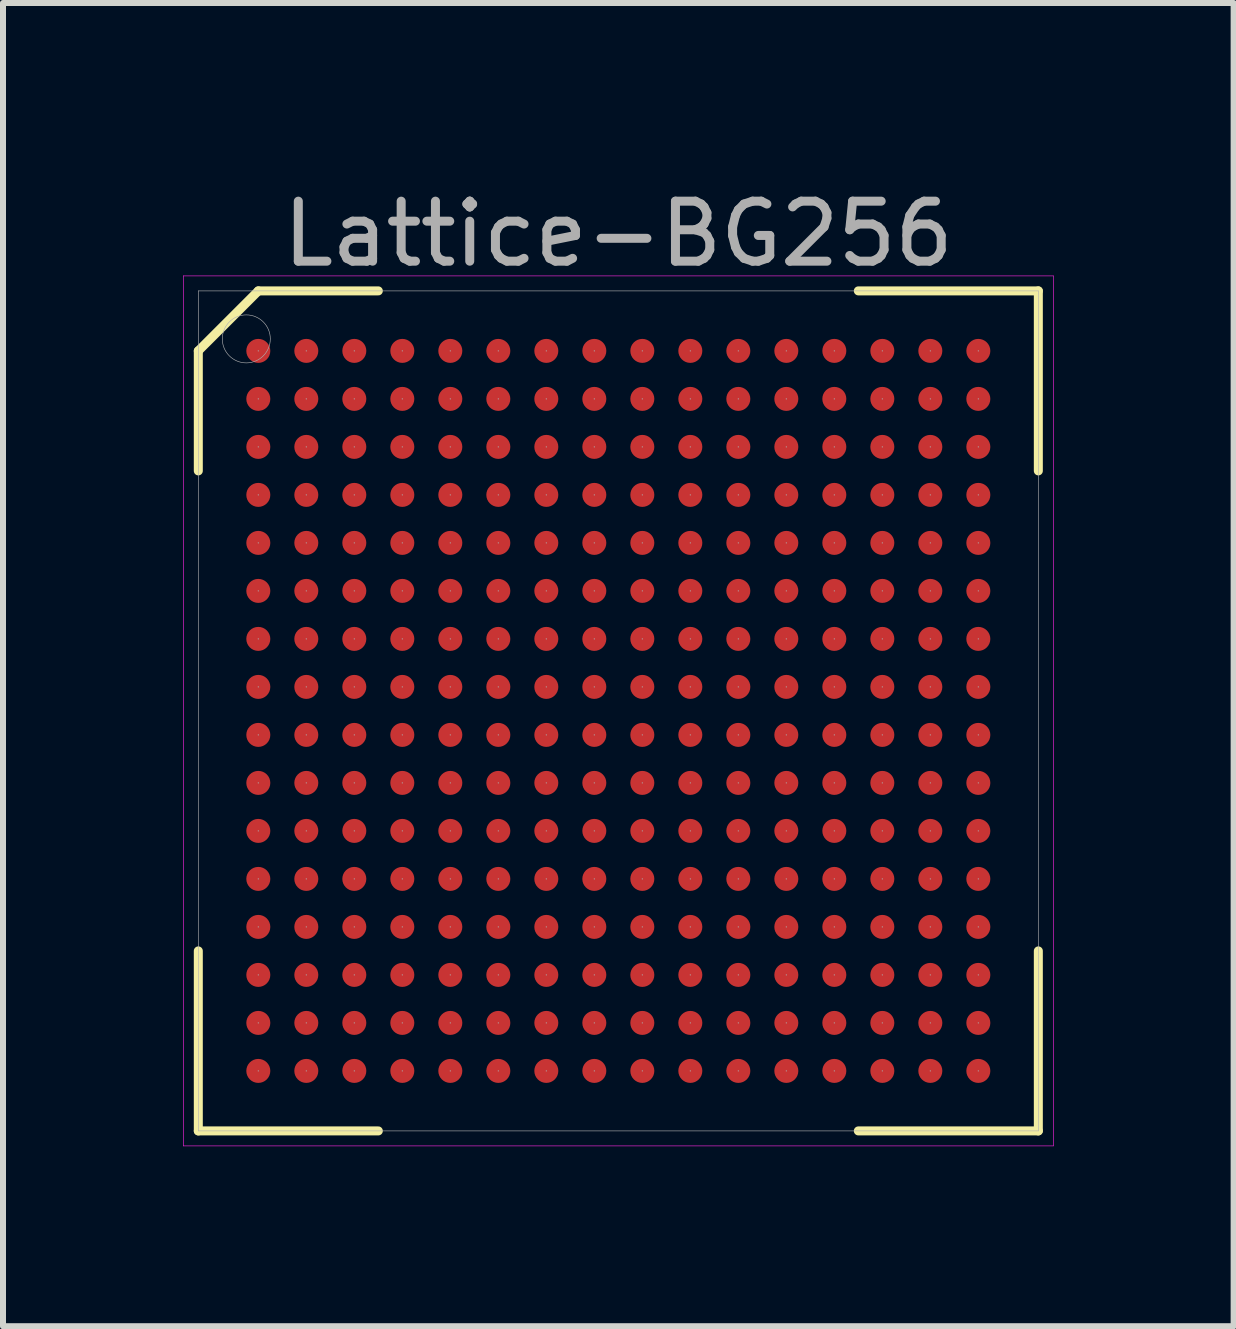
<source format=kicad_pcb>
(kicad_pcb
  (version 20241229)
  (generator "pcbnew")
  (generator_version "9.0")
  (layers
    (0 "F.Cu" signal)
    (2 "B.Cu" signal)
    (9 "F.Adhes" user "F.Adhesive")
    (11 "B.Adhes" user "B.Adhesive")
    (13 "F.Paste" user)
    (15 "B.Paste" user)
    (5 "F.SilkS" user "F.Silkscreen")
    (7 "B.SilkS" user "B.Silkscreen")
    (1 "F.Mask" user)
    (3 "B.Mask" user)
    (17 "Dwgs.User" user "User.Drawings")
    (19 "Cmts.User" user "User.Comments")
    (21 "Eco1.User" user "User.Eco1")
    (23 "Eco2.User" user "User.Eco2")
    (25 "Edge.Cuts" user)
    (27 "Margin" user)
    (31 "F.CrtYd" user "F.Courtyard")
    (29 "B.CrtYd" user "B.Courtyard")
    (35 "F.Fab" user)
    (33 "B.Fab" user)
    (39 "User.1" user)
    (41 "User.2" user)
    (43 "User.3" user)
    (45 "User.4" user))
  (footprint "Lattice-BG256"
    (layer "F.Cu")
    (at 7.255 8.798)
    (property "Reference" "Lattice-BG256" (at 0 -7.95 0) (layer "F.Fab") (effects (font (size 1 1) (thickness 0.15))))
    (attr through_hole)
    (fp_line (start -7 -6) (end -6 -7) (stroke (width 0.15) (type solid)) (layer "F.SilkS"))
    (fp_line (start -7 -4) (end -7 -6) (stroke (width 0.15) (type solid)) (layer "F.SilkS"))
    (fp_line (start -7 7) (end -7 4) (stroke (width 0.15) (type solid)) (layer "F.SilkS"))
    (fp_line (start -4 -7) (end -6 -7) (stroke (width 0.15) (type solid)) (layer "F.SilkS"))
    (fp_line (start -4 7) (end -7 7) (stroke (width 0.15) (type solid)) (layer "F.SilkS"))
    (fp_line (start 4 -7) (end 7 -7) (stroke (width 0.15) (type solid)) (layer "F.SilkS"))
    (fp_line (start 4 7) (end 7 7) (stroke (width 0.15) (type solid)) (layer "F.SilkS"))
    (fp_line (start 7 -7) (end 7 -4) (stroke (width 0.15) (type solid)) (layer "F.SilkS"))
    (fp_line (start 7 7) (end 7 4) (stroke (width 0.15) (type solid)) (layer "F.SilkS"))
    (fp_line (start -7.25 -7.25) (end 7.25 -7.25) (stroke (width 0.01) (type solid)) (layer "F.CrtYd"))
    (fp_line (start -7.25 7.25) (end -7.25 -7.25) (stroke (width 0.01) (type solid)) (layer "F.CrtYd"))
    (fp_line (start 7.25 -7.25) (end 7.25 7.25) (stroke (width 0.01) (type solid)) (layer "F.CrtYd"))
    (fp_line (start 7.25 7.25) (end -7.25 7.25) (stroke (width 0.01) (type solid)) (layer "F.CrtYd"))
    (fp_line (start -7 -7) (end 7 -7) (stroke (width 0.01) (type solid)) (layer "F.Fab"))
    (fp_line (start -7 7) (end -7 -7) (stroke (width 0.01) (type solid)) (layer "F.Fab"))
    (fp_line (start 7 -7) (end 7 7) (stroke (width 0.01) (type solid)) (layer "F.Fab"))
    (fp_line (start 7 7) (end -7 7) (stroke (width 0.01) (type solid)) (layer "F.Fab"))
    (fp_circle (center -6.2 -6.2) (end -6.2 -5.8) (stroke (width 0.01) (type solid)) (fill no) (layer "F.Fab"))
    (fp_circle (center -6 -6) (end -6 -6) (stroke (width 0.01) (type solid)) (fill no) (layer "F.Fab"))
    (fp_circle (center -6 -5.2) (end -6 -5.2) (stroke (width 0.01) (type solid)) (fill no) (layer "F.Fab"))
    (fp_circle (center -6 -4.4) (end -6 -4.4) (stroke (width 0.01) (type solid)) (fill no) (layer "F.Fab"))
    (fp_circle (center -6 -3.6) (end -6 -3.6) (stroke (width 0.01) (type solid)) (fill no) (layer "F.Fab"))
    (fp_circle (center -6 -2.8) (end -6 -2.8) (stroke (width 0.01) (type solid)) (fill no) (layer "F.Fab"))
    (fp_circle (center -6 -2) (end -6 -2) (stroke (width 0.01) (type solid)) (fill no) (layer "F.Fab"))
    (fp_circle (center -6 -1.2) (end -6 -1.2) (stroke (width 0.01) (type solid)) (fill no) (layer "F.Fab"))
    (fp_circle (center -6 -0.4) (end -6 -0.4) (stroke (width 0.01) (type solid)) (fill no) (layer "F.Fab"))
    (fp_circle (center -6 0.4) (end -6 0.4) (stroke (width 0.01) (type solid)) (fill no) (layer "F.Fab"))
    (fp_circle (center -6 1.2) (end -6 1.2) (stroke (width 0.01) (type solid)) (fill no) (layer "F.Fab"))
    (fp_circle (center -6 2) (end -6 2) (stroke (width 0.01) (type solid)) (fill no) (layer "F.Fab"))
    (fp_circle (center -6 2.8) (end -6 2.8) (stroke (width 0.01) (type solid)) (fill no) (layer "F.Fab"))
    (fp_circle (center -6 3.6) (end -6 3.6) (stroke (width 0.01) (type solid)) (fill no) (layer "F.Fab"))
    (fp_circle (center -6 4.4) (end -6 4.4) (stroke (width 0.01) (type solid)) (fill no) (layer "F.Fab"))
    (fp_circle (center -6 5.2) (end -6 5.2) (stroke (width 0.01) (type solid)) (fill no) (layer "F.Fab"))
    (fp_circle (center -6 6) (end -6 6) (stroke (width 0.01) (type solid)) (fill no) (layer "F.Fab"))
    (fp_circle (center -5.2 -6) (end -5.2 -6) (stroke (width 0.01) (type solid)) (fill no) (layer "F.Fab"))
    (fp_circle (center -5.2 -5.2) (end -5.2 -5.2) (stroke (width 0.01) (type solid)) (fill no) (layer "F.Fab"))
    (fp_circle (center -5.2 -4.4) (end -5.2 -4.4) (stroke (width 0.01) (type solid)) (fill no) (layer "F.Fab"))
    (fp_circle (center -5.2 -3.6) (end -5.2 -3.6) (stroke (width 0.01) (type solid)) (fill no) (layer "F.Fab"))
    (fp_circle (center -5.2 -2.8) (end -5.2 -2.8) (stroke (width 0.01) (type solid)) (fill no) (layer "F.Fab"))
    (fp_circle (center -5.2 -2) (end -5.2 -2) (stroke (width 0.01) (type solid)) (fill no) (layer "F.Fab"))
    (fp_circle (center -5.2 -1.2) (end -5.2 -1.2) (stroke (width 0.01) (type solid)) (fill no) (layer "F.Fab"))
    (fp_circle (center -5.2 -0.4) (end -5.2 -0.4) (stroke (width 0.01) (type solid)) (fill no) (layer "F.Fab"))
    (fp_circle (center -5.2 0.4) (end -5.2 0.4) (stroke (width 0.01) (type solid)) (fill no) (layer "F.Fab"))
    (fp_circle (center -5.2 1.2) (end -5.2 1.2) (stroke (width 0.01) (type solid)) (fill no) (layer "F.Fab"))
    (fp_circle (center -5.2 2) (end -5.2 2) (stroke (width 0.01) (type solid)) (fill no) (layer "F.Fab"))
    (fp_circle (center -5.2 2.8) (end -5.2 2.8) (stroke (width 0.01) (type solid)) (fill no) (layer "F.Fab"))
    (fp_circle (center -5.2 3.6) (end -5.2 3.6) (stroke (width 0.01) (type solid)) (fill no) (layer "F.Fab"))
    (fp_circle (center -5.2 4.4) (end -5.2 4.4) (stroke (width 0.01) (type solid)) (fill no) (layer "F.Fab"))
    (fp_circle (center -5.2 5.2) (end -5.2 5.2) (stroke (width 0.01) (type solid)) (fill no) (layer "F.Fab"))
    (fp_circle (center -5.2 6) (end -5.2 6) (stroke (width 0.01) (type solid)) (fill no) (layer "F.Fab"))
    (fp_circle (center -4.4 -6) (end -4.4 -6) (stroke (width 0.01) (type solid)) (fill no) (layer "F.Fab"))
    (fp_circle (center -4.4 -5.2) (end -4.4 -5.2) (stroke (width 0.01) (type solid)) (fill no) (layer "F.Fab"))
    (fp_circle (center -4.4 -4.4) (end -4.4 -4.4) (stroke (width 0.01) (type solid)) (fill no) (layer "F.Fab"))
    (fp_circle (center -4.4 -3.6) (end -4.4 -3.6) (stroke (width 0.01) (type solid)) (fill no) (layer "F.Fab"))
    (fp_circle (center -4.4 -2.8) (end -4.4 -2.8) (stroke (width 0.01) (type solid)) (fill no) (layer "F.Fab"))
    (fp_circle (center -4.4 -2) (end -4.4 -2) (stroke (width 0.01) (type solid)) (fill no) (layer "F.Fab"))
    (fp_circle (center -4.4 -1.2) (end -4.4 -1.2) (stroke (width 0.01) (type solid)) (fill no) (layer "F.Fab"))
    (fp_circle (center -4.4 -0.4) (end -4.4 -0.4) (stroke (width 0.01) (type solid)) (fill no) (layer "F.Fab"))
    (fp_circle (center -4.4 0.4) (end -4.4 0.4) (stroke (width 0.01) (type solid)) (fill no) (layer "F.Fab"))
    (fp_circle (center -4.4 1.2) (end -4.4 1.2) (stroke (width 0.01) (type solid)) (fill no) (layer "F.Fab"))
    (fp_circle (center -4.4 2) (end -4.4 2) (stroke (width 0.01) (type solid)) (fill no) (layer "F.Fab"))
    (fp_circle (center -4.4 2.8) (end -4.4 2.8) (stroke (width 0.01) (type solid)) (fill no) (layer "F.Fab"))
    (fp_circle (center -4.4 3.6) (end -4.4 3.6) (stroke (width 0.01) (type solid)) (fill no) (layer "F.Fab"))
    (fp_circle (center -4.4 4.4) (end -4.4 4.4) (stroke (width 0.01) (type solid)) (fill no) (layer "F.Fab"))
    (fp_circle (center -4.4 5.2) (end -4.4 5.2) (stroke (width 0.01) (type solid)) (fill no) (layer "F.Fab"))
    (fp_circle (center -4.4 6) (end -4.4 6) (stroke (width 0.01) (type solid)) (fill no) (layer "F.Fab"))
    (fp_circle (center -3.6 -6) (end -3.6 -6) (stroke (width 0.01) (type solid)) (fill no) (layer "F.Fab"))
    (fp_circle (center -3.6 -5.2) (end -3.6 -5.2) (stroke (width 0.01) (type solid)) (fill no) (layer "F.Fab"))
    (fp_circle (center -3.6 -4.4) (end -3.6 -4.4) (stroke (width 0.01) (type solid)) (fill no) (layer "F.Fab"))
    (fp_circle (center -3.6 -3.6) (end -3.6 -3.6) (stroke (width 0.01) (type solid)) (fill no) (layer "F.Fab"))
    (fp_circle (center -3.6 -2.8) (end -3.6 -2.8) (stroke (width 0.01) (type solid)) (fill no) (layer "F.Fab"))
    (fp_circle (center -3.6 -2) (end -3.6 -2) (stroke (width 0.01) (type solid)) (fill no) (layer "F.Fab"))
    (fp_circle (center -3.6 -1.2) (end -3.6 -1.2) (stroke (width 0.01) (type solid)) (fill no) (layer "F.Fab"))
    (fp_circle (center -3.6 -0.4) (end -3.6 -0.4) (stroke (width 0.01) (type solid)) (fill no) (layer "F.Fab"))
    (fp_circle (center -3.6 0.4) (end -3.6 0.4) (stroke (width 0.01) (type solid)) (fill no) (layer "F.Fab"))
    (fp_circle (center -3.6 1.2) (end -3.6 1.2) (stroke (width 0.01) (type solid)) (fill no) (layer "F.Fab"))
    (fp_circle (center -3.6 2) (end -3.6 2) (stroke (width 0.01) (type solid)) (fill no) (layer "F.Fab"))
    (fp_circle (center -3.6 2.8) (end -3.6 2.8) (stroke (width 0.01) (type solid)) (fill no) (layer "F.Fab"))
    (fp_circle (center -3.6 3.6) (end -3.6 3.6) (stroke (width 0.01) (type solid)) (fill no) (layer "F.Fab"))
    (fp_circle (center -3.6 4.4) (end -3.6 4.4) (stroke (width 0.01) (type solid)) (fill no) (layer "F.Fab"))
    (fp_circle (center -3.6 5.2) (end -3.6 5.2) (stroke (width 0.01) (type solid)) (fill no) (layer "F.Fab"))
    (fp_circle (center -3.6 6) (end -3.6 6) (stroke (width 0.01) (type solid)) (fill no) (layer "F.Fab"))
    (fp_circle (center -2.8 -6) (end -2.8 -6) (stroke (width 0.01) (type solid)) (fill no) (layer "F.Fab"))
    (fp_circle (center -2.8 -5.2) (end -2.8 -5.2) (stroke (width 0.01) (type solid)) (fill no) (layer "F.Fab"))
    (fp_circle (center -2.8 -4.4) (end -2.8 -4.4) (stroke (width 0.01) (type solid)) (fill no) (layer "F.Fab"))
    (fp_circle (center -2.8 -3.6) (end -2.8 -3.6) (stroke (width 0.01) (type solid)) (fill no) (layer "F.Fab"))
    (fp_circle (center -2.8 -2.8) (end -2.8 -2.8) (stroke (width 0.01) (type solid)) (fill no) (layer "F.Fab"))
    (fp_circle (center -2.8 -2) (end -2.8 -2) (stroke (width 0.01) (type solid)) (fill no) (layer "F.Fab"))
    (fp_circle (center -2.8 -1.2) (end -2.8 -1.2) (stroke (width 0.01) (type solid)) (fill no) (layer "F.Fab"))
    (fp_circle (center -2.8 -0.4) (end -2.8 -0.4) (stroke (width 0.01) (type solid)) (fill no) (layer "F.Fab"))
    (fp_circle (center -2.8 0.4) (end -2.8 0.4) (stroke (width 0.01) (type solid)) (fill no) (layer "F.Fab"))
    (fp_circle (center -2.8 1.2) (end -2.8 1.2) (stroke (width 0.01) (type solid)) (fill no) (layer "F.Fab"))
    (fp_circle (center -2.8 2) (end -2.8 2) (stroke (width 0.01) (type solid)) (fill no) (layer "F.Fab"))
    (fp_circle (center -2.8 2.8) (end -2.8 2.8) (stroke (width 0.01) (type solid)) (fill no) (layer "F.Fab"))
    (fp_circle (center -2.8 3.6) (end -2.8 3.6) (stroke (width 0.01) (type solid)) (fill no) (layer "F.Fab"))
    (fp_circle (center -2.8 4.4) (end -2.8 4.4) (stroke (width 0.01) (type solid)) (fill no) (layer "F.Fab"))
    (fp_circle (center -2.8 5.2) (end -2.8 5.2) (stroke (width 0.01) (type solid)) (fill no) (layer "F.Fab"))
    (fp_circle (center -2.8 6) (end -2.8 6) (stroke (width 0.01) (type solid)) (fill no) (layer "F.Fab"))
    (fp_circle (center -2 -6) (end -2 -6) (stroke (width 0.01) (type solid)) (fill no) (layer "F.Fab"))
    (fp_circle (center -2 -5.2) (end -2 -5.2) (stroke (width 0.01) (type solid)) (fill no) (layer "F.Fab"))
    (fp_circle (center -2 -4.4) (end -2 -4.4) (stroke (width 0.01) (type solid)) (fill no) (layer "F.Fab"))
    (fp_circle (center -2 -3.6) (end -2 -3.6) (stroke (width 0.01) (type solid)) (fill no) (layer "F.Fab"))
    (fp_circle (center -2 -2.8) (end -2 -2.8) (stroke (width 0.01) (type solid)) (fill no) (layer "F.Fab"))
    (fp_circle (center -2 -2) (end -2 -2) (stroke (width 0.01) (type solid)) (fill no) (layer "F.Fab"))
    (fp_circle (center -2 -1.2) (end -2 -1.2) (stroke (width 0.01) (type solid)) (fill no) (layer "F.Fab"))
    (fp_circle (center -2 -0.4) (end -2 -0.4) (stroke (width 0.01) (type solid)) (fill no) (layer "F.Fab"))
    (fp_circle (center -2 0.4) (end -2 0.4) (stroke (width 0.01) (type solid)) (fill no) (layer "F.Fab"))
    (fp_circle (center -2 1.2) (end -2 1.2) (stroke (width 0.01) (type solid)) (fill no) (layer "F.Fab"))
    (fp_circle (center -2 2) (end -2 2) (stroke (width 0.01) (type solid)) (fill no) (layer "F.Fab"))
    (fp_circle (center -2 2.8) (end -2 2.8) (stroke (width 0.01) (type solid)) (fill no) (layer "F.Fab"))
    (fp_circle (center -2 3.6) (end -2 3.6) (stroke (width 0.01) (type solid)) (fill no) (layer "F.Fab"))
    (fp_circle (center -2 4.4) (end -2 4.4) (stroke (width 0.01) (type solid)) (fill no) (layer "F.Fab"))
    (fp_circle (center -2 5.2) (end -2 5.2) (stroke (width 0.01) (type solid)) (fill no) (layer "F.Fab"))
    (fp_circle (center -2 6) (end -2 6) (stroke (width 0.01) (type solid)) (fill no) (layer "F.Fab"))
    (fp_circle (center -1.2 -6) (end -1.2 -6) (stroke (width 0.01) (type solid)) (fill no) (layer "F.Fab"))
    (fp_circle (center -1.2 -5.2) (end -1.2 -5.2) (stroke (width 0.01) (type solid)) (fill no) (layer "F.Fab"))
    (fp_circle (center -1.2 -4.4) (end -1.2 -4.4) (stroke (width 0.01) (type solid)) (fill no) (layer "F.Fab"))
    (fp_circle (center -1.2 -3.6) (end -1.2 -3.6) (stroke (width 0.01) (type solid)) (fill no) (layer "F.Fab"))
    (fp_circle (center -1.2 -2.8) (end -1.2 -2.8) (stroke (width 0.01) (type solid)) (fill no) (layer "F.Fab"))
    (fp_circle (center -1.2 -2) (end -1.2 -2) (stroke (width 0.01) (type solid)) (fill no) (layer "F.Fab"))
    (fp_circle (center -1.2 -1.2) (end -1.2 -1.2) (stroke (width 0.01) (type solid)) (fill no) (layer "F.Fab"))
    (fp_circle (center -1.2 -0.4) (end -1.2 -0.4) (stroke (width 0.01) (type solid)) (fill no) (layer "F.Fab"))
    (fp_circle (center -1.2 0.4) (end -1.2 0.4) (stroke (width 0.01) (type solid)) (fill no) (layer "F.Fab"))
    (fp_circle (center -1.2 1.2) (end -1.2 1.2) (stroke (width 0.01) (type solid)) (fill no) (layer "F.Fab"))
    (fp_circle (center -1.2 2) (end -1.2 2) (stroke (width 0.01) (type solid)) (fill no) (layer "F.Fab"))
    (fp_circle (center -1.2 2.8) (end -1.2 2.8) (stroke (width 0.01) (type solid)) (fill no) (layer "F.Fab"))
    (fp_circle (center -1.2 3.6) (end -1.2 3.6) (stroke (width 0.01) (type solid)) (fill no) (layer "F.Fab"))
    (fp_circle (center -1.2 4.4) (end -1.2 4.4) (stroke (width 0.01) (type solid)) (fill no) (layer "F.Fab"))
    (fp_circle (center -1.2 5.2) (end -1.2 5.2) (stroke (width 0.01) (type solid)) (fill no) (layer "F.Fab"))
    (fp_circle (center -1.2 6) (end -1.2 6) (stroke (width 0.01) (type solid)) (fill no) (layer "F.Fab"))
    (fp_circle (center -0.4 -6) (end -0.4 -6) (stroke (width 0.01) (type solid)) (fill no) (layer "F.Fab"))
    (fp_circle (center -0.4 -5.2) (end -0.4 -5.2) (stroke (width 0.01) (type solid)) (fill no) (layer "F.Fab"))
    (fp_circle (center -0.4 -4.4) (end -0.4 -4.4) (stroke (width 0.01) (type solid)) (fill no) (layer "F.Fab"))
    (fp_circle (center -0.4 -3.6) (end -0.4 -3.6) (stroke (width 0.01) (type solid)) (fill no) (layer "F.Fab"))
    (fp_circle (center -0.4 -2.8) (end -0.4 -2.8) (stroke (width 0.01) (type solid)) (fill no) (layer "F.Fab"))
    (fp_circle (center -0.4 -2) (end -0.4 -2) (stroke (width 0.01) (type solid)) (fill no) (layer "F.Fab"))
    (fp_circle (center -0.4 -1.2) (end -0.4 -1.2) (stroke (width 0.01) (type solid)) (fill no) (layer "F.Fab"))
    (fp_circle (center -0.4 -0.4) (end -0.4 -0.4) (stroke (width 0.01) (type solid)) (fill no) (layer "F.Fab"))
    (fp_circle (center -0.4 0.4) (end -0.4 0.4) (stroke (width 0.01) (type solid)) (fill no) (layer "F.Fab"))
    (fp_circle (center -0.4 1.2) (end -0.4 1.2) (stroke (width 0.01) (type solid)) (fill no) (layer "F.Fab"))
    (fp_circle (center -0.4 2) (end -0.4 2) (stroke (width 0.01) (type solid)) (fill no) (layer "F.Fab"))
    (fp_circle (center -0.4 2.8) (end -0.4 2.8) (stroke (width 0.01) (type solid)) (fill no) (layer "F.Fab"))
    (fp_circle (center -0.4 3.6) (end -0.4 3.6) (stroke (width 0.01) (type solid)) (fill no) (layer "F.Fab"))
    (fp_circle (center -0.4 4.4) (end -0.4 4.4) (stroke (width 0.01) (type solid)) (fill no) (layer "F.Fab"))
    (fp_circle (center -0.4 5.2) (end -0.4 5.2) (stroke (width 0.01) (type solid)) (fill no) (layer "F.Fab"))
    (fp_circle (center -0.4 6) (end -0.4 6) (stroke (width 0.01) (type solid)) (fill no) (layer "F.Fab"))
    (fp_circle (center 0.4 -6) (end 0.4 -6) (stroke (width 0.01) (type solid)) (fill no) (layer "F.Fab"))
    (fp_circle (center 0.4 -5.2) (end 0.4 -5.2) (stroke (width 0.01) (type solid)) (fill no) (layer "F.Fab"))
    (fp_circle (center 0.4 -4.4) (end 0.4 -4.4) (stroke (width 0.01) (type solid)) (fill no) (layer "F.Fab"))
    (fp_circle (center 0.4 -3.6) (end 0.4 -3.6) (stroke (width 0.01) (type solid)) (fill no) (layer "F.Fab"))
    (fp_circle (center 0.4 -2.8) (end 0.4 -2.8) (stroke (width 0.01) (type solid)) (fill no) (layer "F.Fab"))
    (fp_circle (center 0.4 -2) (end 0.4 -2) (stroke (width 0.01) (type solid)) (fill no) (layer "F.Fab"))
    (fp_circle (center 0.4 -1.2) (end 0.4 -1.2) (stroke (width 0.01) (type solid)) (fill no) (layer "F.Fab"))
    (fp_circle (center 0.4 -0.4) (end 0.4 -0.4) (stroke (width 0.01) (type solid)) (fill no) (layer "F.Fab"))
    (fp_circle (center 0.4 0.4) (end 0.4 0.4) (stroke (width 0.01) (type solid)) (fill no) (layer "F.Fab"))
    (fp_circle (center 0.4 1.2) (end 0.4 1.2) (stroke (width 0.01) (type solid)) (fill no) (layer "F.Fab"))
    (fp_circle (center 0.4 2) (end 0.4 2) (stroke (width 0.01) (type solid)) (fill no) (layer "F.Fab"))
    (fp_circle (center 0.4 2.8) (end 0.4 2.8) (stroke (width 0.01) (type solid)) (fill no) (layer "F.Fab"))
    (fp_circle (center 0.4 3.6) (end 0.4 3.6) (stroke (width 0.01) (type solid)) (fill no) (layer "F.Fab"))
    (fp_circle (center 0.4 4.4) (end 0.4 4.4) (stroke (width 0.01) (type solid)) (fill no) (layer "F.Fab"))
    (fp_circle (center 0.4 5.2) (end 0.4 5.2) (stroke (width 0.01) (type solid)) (fill no) (layer "F.Fab"))
    (fp_circle (center 0.4 6) (end 0.4 6) (stroke (width 0.01) (type solid)) (fill no) (layer "F.Fab"))
    (fp_circle (center 1.2 -6) (end 1.2 -6) (stroke (width 0.01) (type solid)) (fill no) (layer "F.Fab"))
    (fp_circle (center 1.2 -5.2) (end 1.2 -5.2) (stroke (width 0.01) (type solid)) (fill no) (layer "F.Fab"))
    (fp_circle (center 1.2 -4.4) (end 1.2 -4.4) (stroke (width 0.01) (type solid)) (fill no) (layer "F.Fab"))
    (fp_circle (center 1.2 -3.6) (end 1.2 -3.6) (stroke (width 0.01) (type solid)) (fill no) (layer "F.Fab"))
    (fp_circle (center 1.2 -2.8) (end 1.2 -2.8) (stroke (width 0.01) (type solid)) (fill no) (layer "F.Fab"))
    (fp_circle (center 1.2 -2) (end 1.2 -2) (stroke (width 0.01) (type solid)) (fill no) (layer "F.Fab"))
    (fp_circle (center 1.2 -1.2) (end 1.2 -1.2) (stroke (width 0.01) (type solid)) (fill no) (layer "F.Fab"))
    (fp_circle (center 1.2 -0.4) (end 1.2 -0.4) (stroke (width 0.01) (type solid)) (fill no) (layer "F.Fab"))
    (fp_circle (center 1.2 0.4) (end 1.2 0.4) (stroke (width 0.01) (type solid)) (fill no) (layer "F.Fab"))
    (fp_circle (center 1.2 1.2) (end 1.2 1.2) (stroke (width 0.01) (type solid)) (fill no) (layer "F.Fab"))
    (fp_circle (center 1.2 2) (end 1.2 2) (stroke (width 0.01) (type solid)) (fill no) (layer "F.Fab"))
    (fp_circle (center 1.2 2.8) (end 1.2 2.8) (stroke (width 0.01) (type solid)) (fill no) (layer "F.Fab"))
    (fp_circle (center 1.2 3.6) (end 1.2 3.6) (stroke (width 0.01) (type solid)) (fill no) (layer "F.Fab"))
    (fp_circle (center 1.2 4.4) (end 1.2 4.4) (stroke (width 0.01) (type solid)) (fill no) (layer "F.Fab"))
    (fp_circle (center 1.2 5.2) (end 1.2 5.2) (stroke (width 0.01) (type solid)) (fill no) (layer "F.Fab"))
    (fp_circle (center 1.2 6) (end 1.2 6) (stroke (width 0.01) (type solid)) (fill no) (layer "F.Fab"))
    (fp_circle (center 2 -6) (end 2 -6) (stroke (width 0.01) (type solid)) (fill no) (layer "F.Fab"))
    (fp_circle (center 2 -5.2) (end 2 -5.2) (stroke (width 0.01) (type solid)) (fill no) (layer "F.Fab"))
    (fp_circle (center 2 -4.4) (end 2 -4.4) (stroke (width 0.01) (type solid)) (fill no) (layer "F.Fab"))
    (fp_circle (center 2 -3.6) (end 2 -3.6) (stroke (width 0.01) (type solid)) (fill no) (layer "F.Fab"))
    (fp_circle (center 2 -2.8) (end 2 -2.8) (stroke (width 0.01) (type solid)) (fill no) (layer "F.Fab"))
    (fp_circle (center 2 -2) (end 2 -2) (stroke (width 0.01) (type solid)) (fill no) (layer "F.Fab"))
    (fp_circle (center 2 -1.2) (end 2 -1.2) (stroke (width 0.01) (type solid)) (fill no) (layer "F.Fab"))
    (fp_circle (center 2 -0.4) (end 2 -0.4) (stroke (width 0.01) (type solid)) (fill no) (layer "F.Fab"))
    (fp_circle (center 2 0.4) (end 2 0.4) (stroke (width 0.01) (type solid)) (fill no) (layer "F.Fab"))
    (fp_circle (center 2 1.2) (end 2 1.2) (stroke (width 0.01) (type solid)) (fill no) (layer "F.Fab"))
    (fp_circle (center 2 2) (end 2 2) (stroke (width 0.01) (type solid)) (fill no) (layer "F.Fab"))
    (fp_circle (center 2 2.8) (end 2 2.8) (stroke (width 0.01) (type solid)) (fill no) (layer "F.Fab"))
    (fp_circle (center 2 3.6) (end 2 3.6) (stroke (width 0.01) (type solid)) (fill no) (layer "F.Fab"))
    (fp_circle (center 2 4.4) (end 2 4.4) (stroke (width 0.01) (type solid)) (fill no) (layer "F.Fab"))
    (fp_circle (center 2 5.2) (end 2 5.2) (stroke (width 0.01) (type solid)) (fill no) (layer "F.Fab"))
    (fp_circle (center 2 6) (end 2 6) (stroke (width 0.01) (type solid)) (fill no) (layer "F.Fab"))
    (fp_circle (center 2.8 -6) (end 2.8 -6) (stroke (width 0.01) (type solid)) (fill no) (layer "F.Fab"))
    (fp_circle (center 2.8 -5.2) (end 2.8 -5.2) (stroke (width 0.01) (type solid)) (fill no) (layer "F.Fab"))
    (fp_circle (center 2.8 -4.4) (end 2.8 -4.4) (stroke (width 0.01) (type solid)) (fill no) (layer "F.Fab"))
    (fp_circle (center 2.8 -3.6) (end 2.8 -3.6) (stroke (width 0.01) (type solid)) (fill no) (layer "F.Fab"))
    (fp_circle (center 2.8 -2.8) (end 2.8 -2.8) (stroke (width 0.01) (type solid)) (fill no) (layer "F.Fab"))
    (fp_circle (center 2.8 -2) (end 2.8 -2) (stroke (width 0.01) (type solid)) (fill no) (layer "F.Fab"))
    (fp_circle (center 2.8 -1.2) (end 2.8 -1.2) (stroke (width 0.01) (type solid)) (fill no) (layer "F.Fab"))
    (fp_circle (center 2.8 -0.4) (end 2.8 -0.4) (stroke (width 0.01) (type solid)) (fill no) (layer "F.Fab"))
    (fp_circle (center 2.8 0.4) (end 2.8 0.4) (stroke (width 0.01) (type solid)) (fill no) (layer "F.Fab"))
    (fp_circle (center 2.8 1.2) (end 2.8 1.2) (stroke (width 0.01) (type solid)) (fill no) (layer "F.Fab"))
    (fp_circle (center 2.8 2) (end 2.8 2) (stroke (width 0.01) (type solid)) (fill no) (layer "F.Fab"))
    (fp_circle (center 2.8 2.8) (end 2.8 2.8) (stroke (width 0.01) (type solid)) (fill no) (layer "F.Fab"))
    (fp_circle (center 2.8 3.6) (end 2.8 3.6) (stroke (width 0.01) (type solid)) (fill no) (layer "F.Fab"))
    (fp_circle (center 2.8 4.4) (end 2.8 4.4) (stroke (width 0.01) (type solid)) (fill no) (layer "F.Fab"))
    (fp_circle (center 2.8 5.2) (end 2.8 5.2) (stroke (width 0.01) (type solid)) (fill no) (layer "F.Fab"))
    (fp_circle (center 2.8 6) (end 2.8 6) (stroke (width 0.01) (type solid)) (fill no) (layer "F.Fab"))
    (fp_circle (center 3.6 -6) (end 3.6 -6) (stroke (width 0.01) (type solid)) (fill no) (layer "F.Fab"))
    (fp_circle (center 3.6 -5.2) (end 3.6 -5.2) (stroke (width 0.01) (type solid)) (fill no) (layer "F.Fab"))
    (fp_circle (center 3.6 -4.4) (end 3.6 -4.4) (stroke (width 0.01) (type solid)) (fill no) (layer "F.Fab"))
    (fp_circle (center 3.6 -3.6) (end 3.6 -3.6) (stroke (width 0.01) (type solid)) (fill no) (layer "F.Fab"))
    (fp_circle (center 3.6 -2.8) (end 3.6 -2.8) (stroke (width 0.01) (type solid)) (fill no) (layer "F.Fab"))
    (fp_circle (center 3.6 -2) (end 3.6 -2) (stroke (width 0.01) (type solid)) (fill no) (layer "F.Fab"))
    (fp_circle (center 3.6 -1.2) (end 3.6 -1.2) (stroke (width 0.01) (type solid)) (fill no) (layer "F.Fab"))
    (fp_circle (center 3.6 -0.4) (end 3.6 -0.4) (stroke (width 0.01) (type solid)) (fill no) (layer "F.Fab"))
    (fp_circle (center 3.6 0.4) (end 3.6 0.4) (stroke (width 0.01) (type solid)) (fill no) (layer "F.Fab"))
    (fp_circle (center 3.6 1.2) (end 3.6 1.2) (stroke (width 0.01) (type solid)) (fill no) (layer "F.Fab"))
    (fp_circle (center 3.6 2) (end 3.6 2) (stroke (width 0.01) (type solid)) (fill no) (layer "F.Fab"))
    (fp_circle (center 3.6 2.8) (end 3.6 2.8) (stroke (width 0.01) (type solid)) (fill no) (layer "F.Fab"))
    (fp_circle (center 3.6 3.6) (end 3.6 3.6) (stroke (width 0.01) (type solid)) (fill no) (layer "F.Fab"))
    (fp_circle (center 3.6 4.4) (end 3.6 4.4) (stroke (width 0.01) (type solid)) (fill no) (layer "F.Fab"))
    (fp_circle (center 3.6 5.2) (end 3.6 5.2) (stroke (width 0.01) (type solid)) (fill no) (layer "F.Fab"))
    (fp_circle (center 3.6 6) (end 3.6 6) (stroke (width 0.01) (type solid)) (fill no) (layer "F.Fab"))
    (fp_circle (center 4.4 -6) (end 4.4 -6) (stroke (width 0.01) (type solid)) (fill no) (layer "F.Fab"))
    (fp_circle (center 4.4 -5.2) (end 4.4 -5.2) (stroke (width 0.01) (type solid)) (fill no) (layer "F.Fab"))
    (fp_circle (center 4.4 -4.4) (end 4.4 -4.4) (stroke (width 0.01) (type solid)) (fill no) (layer "F.Fab"))
    (fp_circle (center 4.4 -3.6) (end 4.4 -3.6) (stroke (width 0.01) (type solid)) (fill no) (layer "F.Fab"))
    (fp_circle (center 4.4 -2.8) (end 4.4 -2.8) (stroke (width 0.01) (type solid)) (fill no) (layer "F.Fab"))
    (fp_circle (center 4.4 -2) (end 4.4 -2) (stroke (width 0.01) (type solid)) (fill no) (layer "F.Fab"))
    (fp_circle (center 4.4 -1.2) (end 4.4 -1.2) (stroke (width 0.01) (type solid)) (fill no) (layer "F.Fab"))
    (fp_circle (center 4.4 -0.4) (end 4.4 -0.4) (stroke (width 0.01) (type solid)) (fill no) (layer "F.Fab"))
    (fp_circle (center 4.4 0.4) (end 4.4 0.4) (stroke (width 0.01) (type solid)) (fill no) (layer "F.Fab"))
    (fp_circle (center 4.4 1.2) (end 4.4 1.2) (stroke (width 0.01) (type solid)) (fill no) (layer "F.Fab"))
    (fp_circle (center 4.4 2) (end 4.4 2) (stroke (width 0.01) (type solid)) (fill no) (layer "F.Fab"))
    (fp_circle (center 4.4 2.8) (end 4.4 2.8) (stroke (width 0.01) (type solid)) (fill no) (layer "F.Fab"))
    (fp_circle (center 4.4 3.6) (end 4.4 3.6) (stroke (width 0.01) (type solid)) (fill no) (layer "F.Fab"))
    (fp_circle (center 4.4 4.4) (end 4.4 4.4) (stroke (width 0.01) (type solid)) (fill no) (layer "F.Fab"))
    (fp_circle (center 4.4 5.2) (end 4.4 5.2) (stroke (width 0.01) (type solid)) (fill no) (layer "F.Fab"))
    (fp_circle (center 4.4 6) (end 4.4 6) (stroke (width 0.01) (type solid)) (fill no) (layer "F.Fab"))
    (fp_circle (center 5.2 -6) (end 5.2 -6) (stroke (width 0.01) (type solid)) (fill no) (layer "F.Fab"))
    (fp_circle (center 5.2 -5.2) (end 5.2 -5.2) (stroke (width 0.01) (type solid)) (fill no) (layer "F.Fab"))
    (fp_circle (center 5.2 -4.4) (end 5.2 -4.4) (stroke (width 0.01) (type solid)) (fill no) (layer "F.Fab"))
    (fp_circle (center 5.2 -3.6) (end 5.2 -3.6) (stroke (width 0.01) (type solid)) (fill no) (layer "F.Fab"))
    (fp_circle (center 5.2 -2.8) (end 5.2 -2.8) (stroke (width 0.01) (type solid)) (fill no) (layer "F.Fab"))
    (fp_circle (center 5.2 -2) (end 5.2 -2) (stroke (width 0.01) (type solid)) (fill no) (layer "F.Fab"))
    (fp_circle (center 5.2 -1.2) (end 5.2 -1.2) (stroke (width 0.01) (type solid)) (fill no) (layer "F.Fab"))
    (fp_circle (center 5.2 -0.4) (end 5.2 -0.4) (stroke (width 0.01) (type solid)) (fill no) (layer "F.Fab"))
    (fp_circle (center 5.2 0.4) (end 5.2 0.4) (stroke (width 0.01) (type solid)) (fill no) (layer "F.Fab"))
    (fp_circle (center 5.2 1.2) (end 5.2 1.2) (stroke (width 0.01) (type solid)) (fill no) (layer "F.Fab"))
    (fp_circle (center 5.2 2) (end 5.2 2) (stroke (width 0.01) (type solid)) (fill no) (layer "F.Fab"))
    (fp_circle (center 5.2 2.8) (end 5.2 2.8) (stroke (width 0.01) (type solid)) (fill no) (layer "F.Fab"))
    (fp_circle (center 5.2 3.6) (end 5.2 3.6) (stroke (width 0.01) (type solid)) (fill no) (layer "F.Fab"))
    (fp_circle (center 5.2 4.4) (end 5.2 4.4) (stroke (width 0.01) (type solid)) (fill no) (layer "F.Fab"))
    (fp_circle (center 5.2 5.2) (end 5.2 5.2) (stroke (width 0.01) (type solid)) (fill no) (layer "F.Fab"))
    (fp_circle (center 5.2 6) (end 5.2 6) (stroke (width 0.01) (type solid)) (fill no) (layer "F.Fab"))
    (fp_circle (center 6 -6) (end 6 -6) (stroke (width 0.01) (type solid)) (fill no) (layer "F.Fab"))
    (fp_circle (center 6 -5.2) (end 6 -5.2) (stroke (width 0.01) (type solid)) (fill no) (layer "F.Fab"))
    (fp_circle (center 6 -4.4) (end 6 -4.4) (stroke (width 0.01) (type solid)) (fill no) (layer "F.Fab"))
    (fp_circle (center 6 -3.6) (end 6 -3.6) (stroke (width 0.01) (type solid)) (fill no) (layer "F.Fab"))
    (fp_circle (center 6 -2.8) (end 6 -2.8) (stroke (width 0.01) (type solid)) (fill no) (layer "F.Fab"))
    (fp_circle (center 6 -2) (end 6 -2) (stroke (width 0.01) (type solid)) (fill no) (layer "F.Fab"))
    (fp_circle (center 6 -1.2) (end 6 -1.2) (stroke (width 0.01) (type solid)) (fill no) (layer "F.Fab"))
    (fp_circle (center 6 -0.4) (end 6 -0.4) (stroke (width 0.01) (type solid)) (fill no) (layer "F.Fab"))
    (fp_circle (center 6 0.4) (end 6 0.4) (stroke (width 0.01) (type solid)) (fill no) (layer "F.Fab"))
    (fp_circle (center 6 1.2) (end 6 1.2) (stroke (width 0.01) (type solid)) (fill no) (layer "F.Fab"))
    (fp_circle (center 6 2) (end 6 2) (stroke (width 0.01) (type solid)) (fill no) (layer "F.Fab"))
    (fp_circle (center 6 2.8) (end 6 2.8) (stroke (width 0.01) (type solid)) (fill no) (layer "F.Fab"))
    (fp_circle (center 6 3.6) (end 6 3.6) (stroke (width 0.01) (type solid)) (fill no) (layer "F.Fab"))
    (fp_circle (center 6 4.4) (end 6 4.4) (stroke (width 0.01) (type solid)) (fill no) (layer "F.Fab"))
    (fp_circle (center 6 5.2) (end 6 5.2) (stroke (width 0.01) (type solid)) (fill no) (layer "F.Fab"))
    (fp_circle (center 6 6) (end 6 6) (stroke (width 0.01) (type solid)) (fill no) (layer "F.Fab"))
    (pad "A1" smd circle (at -6 -6) (size 0.4 0.4) (layers "F.Cu" "F.Mask" "F.Paste"))
    (pad "A2" smd circle (at -5.2 -6) (size 0.4 0.4) (layers "F.Cu" "F.Mask" "F.Paste"))
    (pad "A3" smd circle (at -4.4 -6) (size 0.4 0.4) (layers "F.Cu" "F.Mask" "F.Paste"))
    (pad "A4" smd circle (at -3.6 -6) (size 0.4 0.4) (layers "F.Cu" "F.Mask" "F.Paste"))
    (pad "A5" smd circle (at -2.8 -6) (size 0.4 0.4) (layers "F.Cu" "F.Mask" "F.Paste"))
    (pad "A6" smd circle (at -2 -6) (size 0.4 0.4) (layers "F.Cu" "F.Mask" "F.Paste"))
    (pad "A7" smd circle (at -1.2 -6) (size 0.4 0.4) (layers "F.Cu" "F.Mask" "F.Paste"))
    (pad "A8" smd circle (at -0.4 -6) (size 0.4 0.4) (layers "F.Cu" "F.Mask" "F.Paste"))
    (pad "A9" smd circle (at 0.4 -6) (size 0.4 0.4) (layers "F.Cu" "F.Mask" "F.Paste"))
    (pad "A10" smd circle (at 1.2 -6) (size 0.4 0.4) (layers "F.Cu" "F.Mask" "F.Paste"))
    (pad "A11" smd circle (at 2 -6) (size 0.4 0.4) (layers "F.Cu" "F.Mask" "F.Paste"))
    (pad "A12" smd circle (at 2.8 -6) (size 0.4 0.4) (layers "F.Cu" "F.Mask" "F.Paste"))
    (pad "A13" smd circle (at 3.6 -6) (size 0.4 0.4) (layers "F.Cu" "F.Mask" "F.Paste"))
    (pad "A14" smd circle (at 4.4 -6) (size 0.4 0.4) (layers "F.Cu" "F.Mask" "F.Paste"))
    (pad "A15" smd circle (at 5.2 -6) (size 0.4 0.4) (layers "F.Cu" "F.Mask" "F.Paste"))
    (pad "A16" smd circle (at 6 -6) (size 0.4 0.4) (layers "F.Cu" "F.Mask" "F.Paste"))
    (pad "B1" smd circle (at -6 -5.2) (size 0.4 0.4) (layers "F.Cu" "F.Mask" "F.Paste"))
    (pad "B2" smd circle (at -5.2 -5.2) (size 0.4 0.4) (layers "F.Cu" "F.Mask" "F.Paste"))
    (pad "B3" smd circle (at -4.4 -5.2) (size 0.4 0.4) (layers "F.Cu" "F.Mask" "F.Paste"))
    (pad "B4" smd circle (at -3.6 -5.2) (size 0.4 0.4) (layers "F.Cu" "F.Mask" "F.Paste"))
    (pad "B5" smd circle (at -2.8 -5.2) (size 0.4 0.4) (layers "F.Cu" "F.Mask" "F.Paste"))
    (pad "B6" smd circle (at -2 -5.2) (size 0.4 0.4) (layers "F.Cu" "F.Mask" "F.Paste"))
    (pad "B7" smd circle (at -1.2 -5.2) (size 0.4 0.4) (layers "F.Cu" "F.Mask" "F.Paste"))
    (pad "B8" smd circle (at -0.4 -5.2) (size 0.4 0.4) (layers "F.Cu" "F.Mask" "F.Paste"))
    (pad "B9" smd circle (at 0.4 -5.2) (size 0.4 0.4) (layers "F.Cu" "F.Mask" "F.Paste"))
    (pad "B10" smd circle (at 1.2 -5.2) (size 0.4 0.4) (layers "F.Cu" "F.Mask" "F.Paste"))
    (pad "B11" smd circle (at 2 -5.2) (size 0.4 0.4) (layers "F.Cu" "F.Mask" "F.Paste"))
    (pad "B12" smd circle (at 2.8 -5.2) (size 0.4 0.4) (layers "F.Cu" "F.Mask" "F.Paste"))
    (pad "B13" smd circle (at 3.6 -5.2) (size 0.4 0.4) (layers "F.Cu" "F.Mask" "F.Paste"))
    (pad "B14" smd circle (at 4.4 -5.2) (size 0.4 0.4) (layers "F.Cu" "F.Mask" "F.Paste"))
    (pad "B15" smd circle (at 5.2 -5.2) (size 0.4 0.4) (layers "F.Cu" "F.Mask" "F.Paste"))
    (pad "B16" smd circle (at 6 -5.2) (size 0.4 0.4) (layers "F.Cu" "F.Mask" "F.Paste"))
    (pad "C1" smd circle (at -6 -4.4) (size 0.4 0.4) (layers "F.Cu" "F.Mask" "F.Paste"))
    (pad "C2" smd circle (at -5.2 -4.4) (size 0.4 0.4) (layers "F.Cu" "F.Mask" "F.Paste"))
    (pad "C3" smd circle (at -4.4 -4.4) (size 0.4 0.4) (layers "F.Cu" "F.Mask" "F.Paste"))
    (pad "C4" smd circle (at -3.6 -4.4) (size 0.4 0.4) (layers "F.Cu" "F.Mask" "F.Paste"))
    (pad "C5" smd circle (at -2.8 -4.4) (size 0.4 0.4) (layers "F.Cu" "F.Mask" "F.Paste"))
    (pad "C6" smd circle (at -2 -4.4) (size 0.4 0.4) (layers "F.Cu" "F.Mask" "F.Paste"))
    (pad "C7" smd circle (at -1.2 -4.4) (size 0.4 0.4) (layers "F.Cu" "F.Mask" "F.Paste"))
    (pad "C8" smd circle (at -0.4 -4.4) (size 0.4 0.4) (layers "F.Cu" "F.Mask" "F.Paste"))
    (pad "C9" smd circle (at 0.4 -4.4) (size 0.4 0.4) (layers "F.Cu" "F.Mask" "F.Paste"))
    (pad "C10" smd circle (at 1.2 -4.4) (size 0.4 0.4) (layers "F.Cu" "F.Mask" "F.Paste"))
    (pad "C11" smd circle (at 2 -4.4) (size 0.4 0.4) (layers "F.Cu" "F.Mask" "F.Paste"))
    (pad "C12" smd circle (at 2.8 -4.4) (size 0.4 0.4) (layers "F.Cu" "F.Mask" "F.Paste"))
    (pad "C13" smd circle (at 3.6 -4.4) (size 0.4 0.4) (layers "F.Cu" "F.Mask" "F.Paste"))
    (pad "C14" smd circle (at 4.4 -4.4) (size 0.4 0.4) (layers "F.Cu" "F.Mask" "F.Paste"))
    (pad "C15" smd circle (at 5.2 -4.4) (size 0.4 0.4) (layers "F.Cu" "F.Mask" "F.Paste"))
    (pad "C16" smd circle (at 6 -4.4) (size 0.4 0.4) (layers "F.Cu" "F.Mask" "F.Paste"))
    (pad "D1" smd circle (at -6 -3.6) (size 0.4 0.4) (layers "F.Cu" "F.Mask" "F.Paste"))
    (pad "D2" smd circle (at -5.2 -3.6) (size 0.4 0.4) (layers "F.Cu" "F.Mask" "F.Paste"))
    (pad "D3" smd circle (at -4.4 -3.6) (size 0.4 0.4) (layers "F.Cu" "F.Mask" "F.Paste"))
    (pad "D4" smd circle (at -3.6 -3.6) (size 0.4 0.4) (layers "F.Cu" "F.Mask" "F.Paste"))
    (pad "D5" smd circle (at -2.8 -3.6) (size 0.4 0.4) (layers "F.Cu" "F.Mask" "F.Paste"))
    (pad "D6" smd circle (at -2 -3.6) (size 0.4 0.4) (layers "F.Cu" "F.Mask" "F.Paste"))
    (pad "D7" smd circle (at -1.2 -3.6) (size 0.4 0.4) (layers "F.Cu" "F.Mask" "F.Paste"))
    (pad "D8" smd circle (at -0.4 -3.6) (size 0.4 0.4) (layers "F.Cu" "F.Mask" "F.Paste"))
    (pad "D9" smd circle (at 0.4 -3.6) (size 0.4 0.4) (layers "F.Cu" "F.Mask" "F.Paste"))
    (pad "D10" smd circle (at 1.2 -3.6) (size 0.4 0.4) (layers "F.Cu" "F.Mask" "F.Paste"))
    (pad "D11" smd circle (at 2 -3.6) (size 0.4 0.4) (layers "F.Cu" "F.Mask" "F.Paste"))
    (pad "D12" smd circle (at 2.8 -3.6) (size 0.4 0.4) (layers "F.Cu" "F.Mask" "F.Paste"))
    (pad "D13" smd circle (at 3.6 -3.6) (size 0.4 0.4) (layers "F.Cu" "F.Mask" "F.Paste"))
    (pad "D14" smd circle (at 4.4 -3.6) (size 0.4 0.4) (layers "F.Cu" "F.Mask" "F.Paste"))
    (pad "D15" smd circle (at 5.2 -3.6) (size 0.4 0.4) (layers "F.Cu" "F.Mask" "F.Paste"))
    (pad "D16" smd circle (at 6 -3.6) (size 0.4 0.4) (layers "F.Cu" "F.Mask" "F.Paste"))
    (pad "E1" smd circle (at -6 -2.8) (size 0.4 0.4) (layers "F.Cu" "F.Mask" "F.Paste"))
    (pad "E2" smd circle (at -5.2 -2.8) (size 0.4 0.4) (layers "F.Cu" "F.Mask" "F.Paste"))
    (pad "E3" smd circle (at -4.4 -2.8) (size 0.4 0.4) (layers "F.Cu" "F.Mask" "F.Paste"))
    (pad "E4" smd circle (at -3.6 -2.8) (size 0.4 0.4) (layers "F.Cu" "F.Mask" "F.Paste"))
    (pad "E5" smd circle (at -2.8 -2.8) (size 0.4 0.4) (layers "F.Cu" "F.Mask" "F.Paste"))
    (pad "E6" smd circle (at -2 -2.8) (size 0.4 0.4) (layers "F.Cu" "F.Mask" "F.Paste"))
    (pad "E7" smd circle (at -1.2 -2.8) (size 0.4 0.4) (layers "F.Cu" "F.Mask" "F.Paste"))
    (pad "E8" smd circle (at -0.4 -2.8) (size 0.4 0.4) (layers "F.Cu" "F.Mask" "F.Paste"))
    (pad "E9" smd circle (at 0.4 -2.8) (size 0.4 0.4) (layers "F.Cu" "F.Mask" "F.Paste"))
    (pad "E10" smd circle (at 1.2 -2.8) (size 0.4 0.4) (layers "F.Cu" "F.Mask" "F.Paste"))
    (pad "E11" smd circle (at 2 -2.8) (size 0.4 0.4) (layers "F.Cu" "F.Mask" "F.Paste"))
    (pad "E12" smd circle (at 2.8 -2.8) (size 0.4 0.4) (layers "F.Cu" "F.Mask" "F.Paste"))
    (pad "E13" smd circle (at 3.6 -2.8) (size 0.4 0.4) (layers "F.Cu" "F.Mask" "F.Paste"))
    (pad "E14" smd circle (at 4.4 -2.8) (size 0.4 0.4) (layers "F.Cu" "F.Mask" "F.Paste"))
    (pad "E15" smd circle (at 5.2 -2.8) (size 0.4 0.4) (layers "F.Cu" "F.Mask" "F.Paste"))
    (pad "E16" smd circle (at 6 -2.8) (size 0.4 0.4) (layers "F.Cu" "F.Mask" "F.Paste"))
    (pad "F1" smd circle (at -6 -2) (size 0.4 0.4) (layers "F.Cu" "F.Mask" "F.Paste"))
    (pad "F2" smd circle (at -5.2 -2) (size 0.4 0.4) (layers "F.Cu" "F.Mask" "F.Paste"))
    (pad "F3" smd circle (at -4.4 -2) (size 0.4 0.4) (layers "F.Cu" "F.Mask" "F.Paste"))
    (pad "F4" smd circle (at -3.6 -2) (size 0.4 0.4) (layers "F.Cu" "F.Mask" "F.Paste"))
    (pad "F5" smd circle (at -2.8 -2) (size 0.4 0.4) (layers "F.Cu" "F.Mask" "F.Paste"))
    (pad "F6" smd circle (at -2 -2) (size 0.4 0.4) (layers "F.Cu" "F.Mask" "F.Paste"))
    (pad "F7" smd circle (at -1.2 -2) (size 0.4 0.4) (layers "F.Cu" "F.Mask" "F.Paste"))
    (pad "F8" smd circle (at -0.4 -2) (size 0.4 0.4) (layers "F.Cu" "F.Mask" "F.Paste"))
    (pad "F9" smd circle (at 0.4 -2) (size 0.4 0.4) (layers "F.Cu" "F.Mask" "F.Paste"))
    (pad "F10" smd circle (at 1.2 -2) (size 0.4 0.4) (layers "F.Cu" "F.Mask" "F.Paste"))
    (pad "F11" smd circle (at 2 -2) (size 0.4 0.4) (layers "F.Cu" "F.Mask" "F.Paste"))
    (pad "F12" smd circle (at 2.8 -2) (size 0.4 0.4) (layers "F.Cu" "F.Mask" "F.Paste"))
    (pad "F13" smd circle (at 3.6 -2) (size 0.4 0.4) (layers "F.Cu" "F.Mask" "F.Paste"))
    (pad "F14" smd circle (at 4.4 -2) (size 0.4 0.4) (layers "F.Cu" "F.Mask" "F.Paste"))
    (pad "F15" smd circle (at 5.2 -2) (size 0.4 0.4) (layers "F.Cu" "F.Mask" "F.Paste"))
    (pad "F16" smd circle (at 6 -2) (size 0.4 0.4) (layers "F.Cu" "F.Mask" "F.Paste"))
    (pad "G1" smd circle (at -6 -1.2) (size 0.4 0.4) (layers "F.Cu" "F.Mask" "F.Paste"))
    (pad "G2" smd circle (at -5.2 -1.2) (size 0.4 0.4) (layers "F.Cu" "F.Mask" "F.Paste"))
    (pad "G3" smd circle (at -4.4 -1.2) (size 0.4 0.4) (layers "F.Cu" "F.Mask" "F.Paste"))
    (pad "G4" smd circle (at -3.6 -1.2) (size 0.4 0.4) (layers "F.Cu" "F.Mask" "F.Paste"))
    (pad "G5" smd circle (at -2.8 -1.2) (size 0.4 0.4) (layers "F.Cu" "F.Mask" "F.Paste"))
    (pad "G6" smd circle (at -2 -1.2) (size 0.4 0.4) (layers "F.Cu" "F.Mask" "F.Paste"))
    (pad "G7" smd circle (at -1.2 -1.2) (size 0.4 0.4) (layers "F.Cu" "F.Mask" "F.Paste"))
    (pad "G8" smd circle (at -0.4 -1.2) (size 0.4 0.4) (layers "F.Cu" "F.Mask" "F.Paste"))
    (pad "G9" smd circle (at 0.4 -1.2) (size 0.4 0.4) (layers "F.Cu" "F.Mask" "F.Paste"))
    (pad "G10" smd circle (at 1.2 -1.2) (size 0.4 0.4) (layers "F.Cu" "F.Mask" "F.Paste"))
    (pad "G11" smd circle (at 2 -1.2) (size 0.4 0.4) (layers "F.Cu" "F.Mask" "F.Paste"))
    (pad "G12" smd circle (at 2.8 -1.2) (size 0.4 0.4) (layers "F.Cu" "F.Mask" "F.Paste"))
    (pad "G13" smd circle (at 3.6 -1.2) (size 0.4 0.4) (layers "F.Cu" "F.Mask" "F.Paste"))
    (pad "G14" smd circle (at 4.4 -1.2) (size 0.4 0.4) (layers "F.Cu" "F.Mask" "F.Paste"))
    (pad "G15" smd circle (at 5.2 -1.2) (size 0.4 0.4) (layers "F.Cu" "F.Mask" "F.Paste"))
    (pad "G16" smd circle (at 6 -1.2) (size 0.4 0.4) (layers "F.Cu" "F.Mask" "F.Paste"))
    (pad "H1" smd circle (at -6 -0.4) (size 0.4 0.4) (layers "F.Cu" "F.Mask" "F.Paste"))
    (pad "H2" smd circle (at -5.2 -0.4) (size 0.4 0.4) (layers "F.Cu" "F.Mask" "F.Paste"))
    (pad "H3" smd circle (at -4.4 -0.4) (size 0.4 0.4) (layers "F.Cu" "F.Mask" "F.Paste"))
    (pad "H4" smd circle (at -3.6 -0.4) (size 0.4 0.4) (layers "F.Cu" "F.Mask" "F.Paste"))
    (pad "H5" smd circle (at -2.8 -0.4) (size 0.4 0.4) (layers "F.Cu" "F.Mask" "F.Paste"))
    (pad "H6" smd circle (at -2 -0.4) (size 0.4 0.4) (layers "F.Cu" "F.Mask" "F.Paste"))
    (pad "H7" smd circle (at -1.2 -0.4) (size 0.4 0.4) (layers "F.Cu" "F.Mask" "F.Paste"))
    (pad "H8" smd circle (at -0.4 -0.4) (size 0.4 0.4) (layers "F.Cu" "F.Mask" "F.Paste"))
    (pad "H9" smd circle (at 0.4 -0.4) (size 0.4 0.4) (layers "F.Cu" "F.Mask" "F.Paste"))
    (pad "H10" smd circle (at 1.2 -0.4) (size 0.4 0.4) (layers "F.Cu" "F.Mask" "F.Paste"))
    (pad "H11" smd circle (at 2 -0.4) (size 0.4 0.4) (layers "F.Cu" "F.Mask" "F.Paste"))
    (pad "H12" smd circle (at 2.8 -0.4) (size 0.4 0.4) (layers "F.Cu" "F.Mask" "F.Paste"))
    (pad "H13" smd circle (at 3.6 -0.4) (size 0.4 0.4) (layers "F.Cu" "F.Mask" "F.Paste"))
    (pad "H14" smd circle (at 4.4 -0.4) (size 0.4 0.4) (layers "F.Cu" "F.Mask" "F.Paste"))
    (pad "H15" smd circle (at 5.2 -0.4) (size 0.4 0.4) (layers "F.Cu" "F.Mask" "F.Paste"))
    (pad "H16" smd circle (at 6 -0.4) (size 0.4 0.4) (layers "F.Cu" "F.Mask" "F.Paste"))
    (pad "J1" smd circle (at -6 0.4) (size 0.4 0.4) (layers "F.Cu" "F.Mask" "F.Paste"))
    (pad "J2" smd circle (at -5.2 0.4) (size 0.4 0.4) (layers "F.Cu" "F.Mask" "F.Paste"))
    (pad "J3" smd circle (at -4.4 0.4) (size 0.4 0.4) (layers "F.Cu" "F.Mask" "F.Paste"))
    (pad "J4" smd circle (at -3.6 0.4) (size 0.4 0.4) (layers "F.Cu" "F.Mask" "F.Paste"))
    (pad "J5" smd circle (at -2.8 0.4) (size 0.4 0.4) (layers "F.Cu" "F.Mask" "F.Paste"))
    (pad "J6" smd circle (at -2 0.4) (size 0.4 0.4) (layers "F.Cu" "F.Mask" "F.Paste"))
    (pad "J7" smd circle (at -1.2 0.4) (size 0.4 0.4) (layers "F.Cu" "F.Mask" "F.Paste"))
    (pad "J8" smd circle (at -0.4 0.4) (size 0.4 0.4) (layers "F.Cu" "F.Mask" "F.Paste"))
    (pad "J9" smd circle (at 0.4 0.4) (size 0.4 0.4) (layers "F.Cu" "F.Mask" "F.Paste"))
    (pad "J10" smd circle (at 1.2 0.4) (size 0.4 0.4) (layers "F.Cu" "F.Mask" "F.Paste"))
    (pad "J11" smd circle (at 2 0.4) (size 0.4 0.4) (layers "F.Cu" "F.Mask" "F.Paste"))
    (pad "J12" smd circle (at 2.8 0.4) (size 0.4 0.4) (layers "F.Cu" "F.Mask" "F.Paste"))
    (pad "J13" smd circle (at 3.6 0.4) (size 0.4 0.4) (layers "F.Cu" "F.Mask" "F.Paste"))
    (pad "J14" smd circle (at 4.4 0.4) (size 0.4 0.4) (layers "F.Cu" "F.Mask" "F.Paste"))
    (pad "J15" smd circle (at 5.2 0.4) (size 0.4 0.4) (layers "F.Cu" "F.Mask" "F.Paste"))
    (pad "J16" smd circle (at 6 0.4) (size 0.4 0.4) (layers "F.Cu" "F.Mask" "F.Paste"))
    (pad "K1" smd circle (at -6 1.2) (size 0.4 0.4) (layers "F.Cu" "F.Mask" "F.Paste"))
    (pad "K2" smd circle (at -5.2 1.2) (size 0.4 0.4) (layers "F.Cu" "F.Mask" "F.Paste"))
    (pad "K3" smd circle (at -4.4 1.2) (size 0.4 0.4) (layers "F.Cu" "F.Mask" "F.Paste"))
    (pad "K4" smd circle (at -3.6 1.2) (size 0.4 0.4) (layers "F.Cu" "F.Mask" "F.Paste"))
    (pad "K5" smd circle (at -2.8 1.2) (size 0.4 0.4) (layers "F.Cu" "F.Mask" "F.Paste"))
    (pad "K6" smd circle (at -2 1.2) (size 0.4 0.4) (layers "F.Cu" "F.Mask" "F.Paste"))
    (pad "K7" smd circle (at -1.2 1.2) (size 0.4 0.4) (layers "F.Cu" "F.Mask" "F.Paste"))
    (pad "K8" smd circle (at -0.4 1.2) (size 0.4 0.4) (layers "F.Cu" "F.Mask" "F.Paste"))
    (pad "K9" smd circle (at 0.4 1.2) (size 0.4 0.4) (layers "F.Cu" "F.Mask" "F.Paste"))
    (pad "K10" smd circle (at 1.2 1.2) (size 0.4 0.4) (layers "F.Cu" "F.Mask" "F.Paste"))
    (pad "K11" smd circle (at 2 1.2) (size 0.4 0.4) (layers "F.Cu" "F.Mask" "F.Paste"))
    (pad "K12" smd circle (at 2.8 1.2) (size 0.4 0.4) (layers "F.Cu" "F.Mask" "F.Paste"))
    (pad "K13" smd circle (at 3.6 1.2) (size 0.4 0.4) (layers "F.Cu" "F.Mask" "F.Paste"))
    (pad "K14" smd circle (at 4.4 1.2) (size 0.4 0.4) (layers "F.Cu" "F.Mask" "F.Paste"))
    (pad "K15" smd circle (at 5.2 1.2) (size 0.4 0.4) (layers "F.Cu" "F.Mask" "F.Paste"))
    (pad "K16" smd circle (at 6 1.2) (size 0.4 0.4) (layers "F.Cu" "F.Mask" "F.Paste"))
    (pad "L1" smd circle (at -6 2) (size 0.4 0.4) (layers "F.Cu" "F.Mask" "F.Paste"))
    (pad "L2" smd circle (at -5.2 2) (size 0.4 0.4) (layers "F.Cu" "F.Mask" "F.Paste"))
    (pad "L3" smd circle (at -4.4 2) (size 0.4 0.4) (layers "F.Cu" "F.Mask" "F.Paste"))
    (pad "L4" smd circle (at -3.6 2) (size 0.4 0.4) (layers "F.Cu" "F.Mask" "F.Paste"))
    (pad "L5" smd circle (at -2.8 2) (size 0.4 0.4) (layers "F.Cu" "F.Mask" "F.Paste"))
    (pad "L6" smd circle (at -2 2) (size 0.4 0.4) (layers "F.Cu" "F.Mask" "F.Paste"))
    (pad "L7" smd circle (at -1.2 2) (size 0.4 0.4) (layers "F.Cu" "F.Mask" "F.Paste"))
    (pad "L8" smd circle (at -0.4 2) (size 0.4 0.4) (layers "F.Cu" "F.Mask" "F.Paste"))
    (pad "L9" smd circle (at 0.4 2) (size 0.4 0.4) (layers "F.Cu" "F.Mask" "F.Paste"))
    (pad "L10" smd circle (at 1.2 2) (size 0.4 0.4) (layers "F.Cu" "F.Mask" "F.Paste"))
    (pad "L11" smd circle (at 2 2) (size 0.4 0.4) (layers "F.Cu" "F.Mask" "F.Paste"))
    (pad "L12" smd circle (at 2.8 2) (size 0.4 0.4) (layers "F.Cu" "F.Mask" "F.Paste"))
    (pad "L13" smd circle (at 3.6 2) (size 0.4 0.4) (layers "F.Cu" "F.Mask" "F.Paste"))
    (pad "L14" smd circle (at 4.4 2) (size 0.4 0.4) (layers "F.Cu" "F.Mask" "F.Paste"))
    (pad "L15" smd circle (at 5.2 2) (size 0.4 0.4) (layers "F.Cu" "F.Mask" "F.Paste"))
    (pad "L16" smd circle (at 6 2) (size 0.4 0.4) (layers "F.Cu" "F.Mask" "F.Paste"))
    (pad "M1" smd circle (at -6 2.8) (size 0.4 0.4) (layers "F.Cu" "F.Mask" "F.Paste"))
    (pad "M2" smd circle (at -5.2 2.8) (size 0.4 0.4) (layers "F.Cu" "F.Mask" "F.Paste"))
    (pad "M3" smd circle (at -4.4 2.8) (size 0.4 0.4) (layers "F.Cu" "F.Mask" "F.Paste"))
    (pad "M4" smd circle (at -3.6 2.8) (size 0.4 0.4) (layers "F.Cu" "F.Mask" "F.Paste"))
    (pad "M5" smd circle (at -2.8 2.8) (size 0.4 0.4) (layers "F.Cu" "F.Mask" "F.Paste"))
    (pad "M6" smd circle (at -2 2.8) (size 0.4 0.4) (layers "F.Cu" "F.Mask" "F.Paste"))
    (pad "M7" smd circle (at -1.2 2.8) (size 0.4 0.4) (layers "F.Cu" "F.Mask" "F.Paste"))
    (pad "M8" smd circle (at -0.4 2.8) (size 0.4 0.4) (layers "F.Cu" "F.Mask" "F.Paste"))
    (pad "M9" smd circle (at 0.4 2.8) (size 0.4 0.4) (layers "F.Cu" "F.Mask" "F.Paste"))
    (pad "M10" smd circle (at 1.2 2.8) (size 0.4 0.4) (layers "F.Cu" "F.Mask" "F.Paste"))
    (pad "M11" smd circle (at 2 2.8) (size 0.4 0.4) (layers "F.Cu" "F.Mask" "F.Paste"))
    (pad "M12" smd circle (at 2.8 2.8) (size 0.4 0.4) (layers "F.Cu" "F.Mask" "F.Paste"))
    (pad "M13" smd circle (at 3.6 2.8) (size 0.4 0.4) (layers "F.Cu" "F.Mask" "F.Paste"))
    (pad "M14" smd circle (at 4.4 2.8) (size 0.4 0.4) (layers "F.Cu" "F.Mask" "F.Paste"))
    (pad "M15" smd circle (at 5.2 2.8) (size 0.4 0.4) (layers "F.Cu" "F.Mask" "F.Paste"))
    (pad "M16" smd circle (at 6 2.8) (size 0.4 0.4) (layers "F.Cu" "F.Mask" "F.Paste"))
    (pad "N1" smd circle (at -6 3.6) (size 0.4 0.4) (layers "F.Cu" "F.Mask" "F.Paste"))
    (pad "N2" smd circle (at -5.2 3.6) (size 0.4 0.4) (layers "F.Cu" "F.Mask" "F.Paste"))
    (pad "N3" smd circle (at -4.4 3.6) (size 0.4 0.4) (layers "F.Cu" "F.Mask" "F.Paste"))
    (pad "N4" smd circle (at -3.6 3.6) (size 0.4 0.4) (layers "F.Cu" "F.Mask" "F.Paste"))
    (pad "N5" smd circle (at -2.8 3.6) (size 0.4 0.4) (layers "F.Cu" "F.Mask" "F.Paste"))
    (pad "N6" smd circle (at -2 3.6) (size 0.4 0.4) (layers "F.Cu" "F.Mask" "F.Paste"))
    (pad "N7" smd circle (at -1.2 3.6) (size 0.4 0.4) (layers "F.Cu" "F.Mask" "F.Paste"))
    (pad "N8" smd circle (at -0.4 3.6) (size 0.4 0.4) (layers "F.Cu" "F.Mask" "F.Paste"))
    (pad "N9" smd circle (at 0.4 3.6) (size 0.4 0.4) (layers "F.Cu" "F.Mask" "F.Paste"))
    (pad "N10" smd circle (at 1.2 3.6) (size 0.4 0.4) (layers "F.Cu" "F.Mask" "F.Paste"))
    (pad "N11" smd circle (at 2 3.6) (size 0.4 0.4) (layers "F.Cu" "F.Mask" "F.Paste"))
    (pad "N12" smd circle (at 2.8 3.6) (size 0.4 0.4) (layers "F.Cu" "F.Mask" "F.Paste"))
    (pad "N13" smd circle (at 3.6 3.6) (size 0.4 0.4) (layers "F.Cu" "F.Mask" "F.Paste"))
    (pad "N14" smd circle (at 4.4 3.6) (size 0.4 0.4) (layers "F.Cu" "F.Mask" "F.Paste"))
    (pad "N15" smd circle (at 5.2 3.6) (size 0.4 0.4) (layers "F.Cu" "F.Mask" "F.Paste"))
    (pad "N16" smd circle (at 6 3.6) (size 0.4 0.4) (layers "F.Cu" "F.Mask" "F.Paste"))
    (pad "P1" smd circle (at -6 4.4) (size 0.4 0.4) (layers "F.Cu" "F.Mask" "F.Paste"))
    (pad "P2" smd circle (at -5.2 4.4) (size 0.4 0.4) (layers "F.Cu" "F.Mask" "F.Paste"))
    (pad "P3" smd circle (at -4.4 4.4) (size 0.4 0.4) (layers "F.Cu" "F.Mask" "F.Paste"))
    (pad "P4" smd circle (at -3.6 4.4) (size 0.4 0.4) (layers "F.Cu" "F.Mask" "F.Paste"))
    (pad "P5" smd circle (at -2.8 4.4) (size 0.4 0.4) (layers "F.Cu" "F.Mask" "F.Paste"))
    (pad "P6" smd circle (at -2 4.4) (size 0.4 0.4) (layers "F.Cu" "F.Mask" "F.Paste"))
    (pad "P7" smd circle (at -1.2 4.4) (size 0.4 0.4) (layers "F.Cu" "F.Mask" "F.Paste"))
    (pad "P8" smd circle (at -0.4 4.4) (size 0.4 0.4) (layers "F.Cu" "F.Mask" "F.Paste"))
    (pad "P9" smd circle (at 0.4 4.4) (size 0.4 0.4) (layers "F.Cu" "F.Mask" "F.Paste"))
    (pad "P10" smd circle (at 1.2 4.4) (size 0.4 0.4) (layers "F.Cu" "F.Mask" "F.Paste"))
    (pad "P11" smd circle (at 2 4.4) (size 0.4 0.4) (layers "F.Cu" "F.Mask" "F.Paste"))
    (pad "P12" smd circle (at 2.8 4.4) (size 0.4 0.4) (layers "F.Cu" "F.Mask" "F.Paste"))
    (pad "P13" smd circle (at 3.6 4.4) (size 0.4 0.4) (layers "F.Cu" "F.Mask" "F.Paste"))
    (pad "P14" smd circle (at 4.4 4.4) (size 0.4 0.4) (layers "F.Cu" "F.Mask" "F.Paste"))
    (pad "P15" smd circle (at 5.2 4.4) (size 0.4 0.4) (layers "F.Cu" "F.Mask" "F.Paste"))
    (pad "P16" smd circle (at 6 4.4) (size 0.4 0.4) (layers "F.Cu" "F.Mask" "F.Paste"))
    (pad "R1" smd circle (at -6 5.2) (size 0.4 0.4) (layers "F.Cu" "F.Mask" "F.Paste"))
    (pad "R2" smd circle (at -5.2 5.2) (size 0.4 0.4) (layers "F.Cu" "F.Mask" "F.Paste"))
    (pad "R3" smd circle (at -4.4 5.2) (size 0.4 0.4) (layers "F.Cu" "F.Mask" "F.Paste"))
    (pad "R4" smd circle (at -3.6 5.2) (size 0.4 0.4) (layers "F.Cu" "F.Mask" "F.Paste"))
    (pad "R5" smd circle (at -2.8 5.2) (size 0.4 0.4) (layers "F.Cu" "F.Mask" "F.Paste"))
    (pad "R6" smd circle (at -2 5.2) (size 0.4 0.4) (layers "F.Cu" "F.Mask" "F.Paste"))
    (pad "R7" smd circle (at -1.2 5.2) (size 0.4 0.4) (layers "F.Cu" "F.Mask" "F.Paste"))
    (pad "R8" smd circle (at -0.4 5.2) (size 0.4 0.4) (layers "F.Cu" "F.Mask" "F.Paste"))
    (pad "R9" smd circle (at 0.4 5.2) (size 0.4 0.4) (layers "F.Cu" "F.Mask" "F.Paste"))
    (pad "R10" smd circle (at 1.2 5.2) (size 0.4 0.4) (layers "F.Cu" "F.Mask" "F.Paste"))
    (pad "R11" smd circle (at 2 5.2) (size 0.4 0.4) (layers "F.Cu" "F.Mask" "F.Paste"))
    (pad "R12" smd circle (at 2.8 5.2) (size 0.4 0.4) (layers "F.Cu" "F.Mask" "F.Paste"))
    (pad "R13" smd circle (at 3.6 5.2) (size 0.4 0.4) (layers "F.Cu" "F.Mask" "F.Paste"))
    (pad "R14" smd circle (at 4.4 5.2) (size 0.4 0.4) (layers "F.Cu" "F.Mask" "F.Paste"))
    (pad "R15" smd circle (at 5.2 5.2) (size 0.4 0.4) (layers "F.Cu" "F.Mask" "F.Paste"))
    (pad "R16" smd circle (at 6 5.2) (size 0.4 0.4) (layers "F.Cu" "F.Mask" "F.Paste"))
    (pad "T1" smd circle (at -6 6) (size 0.4 0.4) (layers "F.Cu" "F.Mask" "F.Paste"))
    (pad "T2" smd circle (at -5.2 6) (size 0.4 0.4) (layers "F.Cu" "F.Mask" "F.Paste"))
    (pad "T3" smd circle (at -4.4 6) (size 0.4 0.4) (layers "F.Cu" "F.Mask" "F.Paste"))
    (pad "T4" smd circle (at -3.6 6) (size 0.4 0.4) (layers "F.Cu" "F.Mask" "F.Paste"))
    (pad "T5" smd circle (at -2.8 6) (size 0.4 0.4) (layers "F.Cu" "F.Mask" "F.Paste"))
    (pad "T6" smd circle (at -2 6) (size 0.4 0.4) (layers "F.Cu" "F.Mask" "F.Paste"))
    (pad "T7" smd circle (at -1.2 6) (size 0.4 0.4) (layers "F.Cu" "F.Mask" "F.Paste"))
    (pad "T8" smd circle (at -0.4 6) (size 0.4 0.4) (layers "F.Cu" "F.Mask" "F.Paste"))
    (pad "T9" smd circle (at 0.4 6) (size 0.4 0.4) (layers "F.Cu" "F.Mask" "F.Paste"))
    (pad "T10" smd circle (at 1.2 6) (size 0.4 0.4) (layers "F.Cu" "F.Mask" "F.Paste"))
    (pad "T11" smd circle (at 2 6) (size 0.4 0.4) (layers "F.Cu" "F.Mask" "F.Paste"))
    (pad "T12" smd circle (at 2.8 6) (size 0.4 0.4) (layers "F.Cu" "F.Mask" "F.Paste"))
    (pad "T13" smd circle (at 3.6 6) (size 0.4 0.4) (layers "F.Cu" "F.Mask" "F.Paste"))
    (pad "T14" smd circle (at 4.4 6) (size 0.4 0.4) (layers "F.Cu" "F.Mask" "F.Paste"))
    (pad "T15" smd circle (at 5.2 6) (size 0.4 0.4) (layers "F.Cu" "F.Mask" "F.Paste"))
    (pad "T16" smd circle (at 6 6) (size 0.4 0.4) (layers "F.Cu" "F.Mask" "F.Paste")))
  (gr_rect
    (start -3 -3)
    (end 17.51 19.053)
    (stroke (width 0.1) (type default))
    (fill no)
    (layer "Edge.Cuts")))
</source>
